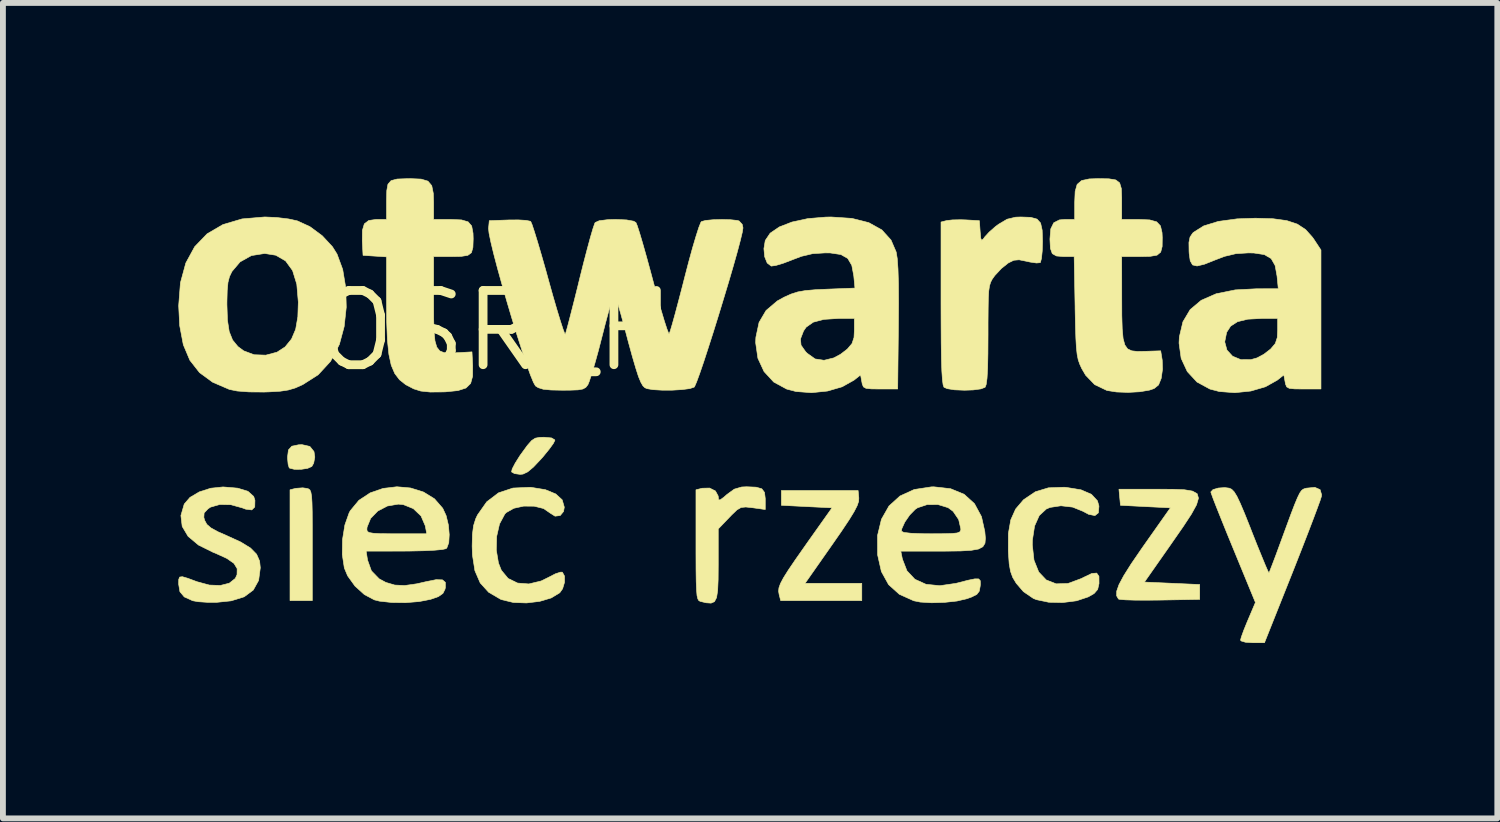
<source format=kicad_pcb>
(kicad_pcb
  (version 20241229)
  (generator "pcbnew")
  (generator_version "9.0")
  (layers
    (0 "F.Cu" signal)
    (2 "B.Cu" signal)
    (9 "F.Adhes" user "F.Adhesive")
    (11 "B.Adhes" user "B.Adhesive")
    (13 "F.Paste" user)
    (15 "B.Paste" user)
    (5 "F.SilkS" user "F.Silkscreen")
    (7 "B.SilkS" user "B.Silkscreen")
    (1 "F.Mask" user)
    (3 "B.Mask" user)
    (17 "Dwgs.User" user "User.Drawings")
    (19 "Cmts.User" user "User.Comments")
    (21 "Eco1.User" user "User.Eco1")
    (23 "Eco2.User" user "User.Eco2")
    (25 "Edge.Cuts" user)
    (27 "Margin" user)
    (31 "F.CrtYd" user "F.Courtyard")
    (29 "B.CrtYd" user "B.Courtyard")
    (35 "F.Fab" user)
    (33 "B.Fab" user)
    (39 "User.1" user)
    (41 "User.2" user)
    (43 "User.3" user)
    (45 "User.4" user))
  (footprint "OSR_H"
    (layer "F.Cu")
    (at 9.924 4.358)
    (property "Reference" "OSR_H" (at -4.5 -1.75 0) (layer "F.SilkS") (effects (font (size 1.27 1.27) (thickness 0.15))))
    (attr through_hole)
    (fp_poly (pts (xy -7.727 0.945) (xy -7.696 0.954) (xy -7.673 0.973) (xy -7.657 1.011) (xy -7.645 1.079) (xy -7.638 1.188) (xy -7.634 1.348) (xy -7.633 1.569) (xy -7.633 1.863) (xy -7.633 1.917) (xy -7.633 2.864) (xy -8.014 2.864) (xy -8.014 0.969) (xy -7.917 0.944) (xy -7.796 0.935) (xy -7.727 0.945)) (stroke (width 0.01) (type solid)) (fill yes) (layer "F.SilkS"))
    (fp_poly (pts (xy -7.675 0.227) (xy -7.604 0.315) (xy -7.59 0.409) (xy -7.609 0.512) (xy -7.641 0.57) (xy -7.713 0.602) (xy -7.826 0.619) (xy -7.942 0.618) (xy -8.021 0.598) (xy -8.028 0.592) (xy -8.046 0.535) (xy -8.056 0.43) (xy -8.056 0.406) (xy -8.041 0.287) (xy -7.983 0.223) (xy -7.867 0.199) (xy -7.807 0.197) (xy -7.675 0.227)) (stroke (width 0.01) (type solid)) (fill yes) (layer "F.SilkS"))
    (fp_poly (pts (xy -3.54 0.082) (xy -3.486 0.115) (xy -3.484 0.123) (xy -3.511 0.177) (xy -3.582 0.275) (xy -3.683 0.399) (xy -3.72 0.441) (xy -3.851 0.58) (xy -3.949 0.662) (xy -4.029 0.7) (xy -4.078 0.705) (xy -4.174 0.692) (xy -4.225 0.663) (xy -4.214 0.612) (xy -4.162 0.512) (xy -4.08 0.382) (xy -4.054 0.346) (xy -3.954 0.209) (xy -3.882 0.127) (xy -3.819 0.086) (xy -3.744 0.072) (xy -3.671 0.07) (xy -3.54 0.082)) (stroke (width 0.01) (type solid)) (fill yes) (layer "F.SilkS"))
    (fp_poly (pts (xy 1.714 1.109) (xy 1.711 1.167) (xy 1.685 1.242) (xy 1.632 1.345) (xy 1.546 1.485) (xy 1.42 1.674) (xy 1.261 1.903) (xy 0.795 2.568) (xy 1.765 2.568) (xy 1.765 2.864) (xy 0.378 2.864) (xy 0.351 2.758) (xy 0.342 2.703) (xy 0.348 2.645) (xy 0.374 2.572) (xy 0.425 2.475) (xy 0.508 2.343) (xy 0.628 2.166) (xy 0.79 1.935) (xy 0.851 1.848) (xy 1.256 1.277) (xy 0.823 1.256) (xy 0.39 1.234) (xy 0.39 0.981) (xy 1.702 0.981) (xy 1.714 1.109)) (stroke (width 0.01) (type solid)) (fill yes) (layer "F.SilkS"))
    (fp_poly (pts (xy 7.084 0.96) (xy 7.283 0.968) (xy 7.421 0.991) (xy 7.501 1.036) (xy 7.523 1.112) (xy 7.49 1.225) (xy 7.403 1.383) (xy 7.264 1.595) (xy 7.075 1.867) (xy 7.041 1.916) (xy 6.599 2.547) (xy 7.072 2.568) (xy 7.544 2.589) (xy 7.544 2.843) (xy 6.864 2.855) (xy 6.632 2.857) (xy 6.43 2.856) (xy 6.274 2.851) (xy 6.178 2.843) (xy 6.155 2.837) (xy 6.123 2.781) (xy 6.125 2.701) (xy 6.164 2.59) (xy 6.244 2.44) (xy 6.369 2.241) (xy 6.543 1.987) (xy 6.584 1.928) (xy 7.043 1.277) (xy 6.616 1.256) (xy 6.189 1.234) (xy 6.176 1.097) (xy 6.163 0.959) (xy 6.823 0.959) (xy 7.084 0.96)) (stroke (width 0.01) (type solid)) (fill yes) (layer "F.SilkS"))
    (fp_poly (pts (xy -0.042 0.924) (xy 0.055 0.952) (xy 0.101 1.013) (xy 0.114 1.118) (xy 0.114 1.137) (xy 0.114 1.306) (xy -0.1 1.276) (xy -0.219 1.263) (xy -0.299 1.271) (xy -0.37 1.312) (xy -0.46 1.398) (xy -0.503 1.443) (xy -0.69 1.638) (xy -0.69 2.247) (xy -0.692 2.506) (xy -0.7 2.691) (xy -0.719 2.813) (xy -0.755 2.882) (xy -0.813 2.907) (xy -0.898 2.901) (xy -0.997 2.877) (xy -1.021 2.865) (xy -1.039 2.835) (xy -1.053 2.778) (xy -1.061 2.682) (xy -1.067 2.537) (xy -1.07 2.333) (xy -1.071 2.06) (xy -1.071 1.913) (xy -1.071 0.969) (xy -0.964 0.942) (xy -0.838 0.939) (xy -0.738 0.989) (xy -0.691 1.076) (xy -0.69 1.092) (xy -0.684 1.14) (xy -0.656 1.141) (xy -0.59 1.092) (xy -0.54 1.048) (xy -0.416 0.958) (xy -0.29 0.921) (xy -0.205 0.917) (xy -0.042 0.924)) (stroke (width 0.01) (type solid)) (fill yes) (layer "F.SilkS"))
    (fp_poly (pts (xy -3.885 0.928) (xy -3.646 0.967) (xy -3.469 1.04) (xy -3.359 1.141) (xy -3.323 1.266) (xy -3.336 1.34) (xy -3.393 1.409) (xy -3.481 1.42) (xy -3.563 1.368) (xy -3.678 1.289) (xy -3.839 1.249) (xy -4.018 1.248) (xy -4.187 1.285) (xy -4.317 1.359) (xy -4.341 1.385) (xy -4.431 1.553) (xy -4.48 1.767) (xy -4.486 2) (xy -4.449 2.221) (xy -4.4 2.345) (xy -4.284 2.485) (xy -4.122 2.564) (xy -3.929 2.579) (xy -3.718 2.528) (xy -3.592 2.466) (xy -3.476 2.406) (xy -3.387 2.377) (xy -3.356 2.378) (xy -3.319 2.445) (xy -3.319 2.55) (xy -3.352 2.661) (xy -3.4 2.729) (xy -3.546 2.818) (xy -3.744 2.877) (xy -3.969 2.904) (xy -4.194 2.896) (xy -4.39 2.849) (xy -4.414 2.84) (xy -4.617 2.721) (xy -4.761 2.562) (xy -4.852 2.352) (xy -4.894 2.083) (xy -4.899 1.933) (xy -4.894 1.729) (xy -4.875 1.582) (xy -4.838 1.464) (xy -4.807 1.399) (xy -4.649 1.174) (xy -4.448 1.021) (xy -4.201 0.939) (xy -3.906 0.926) (xy -3.885 0.928)) (stroke (width 0.01) (type solid)) (fill yes) (layer "F.SilkS"))
    (fp_poly (pts (xy 5.262 0.928) (xy 5.514 0.969) (xy 5.692 1.046) (xy 5.795 1.157) (xy 5.821 1.247) (xy 5.811 1.363) (xy 5.752 1.41) (xy 5.644 1.388) (xy 5.549 1.337) (xy 5.371 1.265) (xy 5.171 1.242) (xy 4.985 1.27) (xy 4.921 1.297) (xy 4.8 1.409) (xy 4.72 1.588) (xy 4.683 1.828) (xy 4.681 1.91) (xy 4.71 2.173) (xy 4.791 2.375) (xy 4.92 2.511) (xy 5.089 2.577) (xy 5.291 2.571) (xy 5.521 2.486) (xy 5.558 2.467) (xy 5.698 2.4) (xy 5.782 2.393) (xy 5.821 2.448) (xy 5.822 2.57) (xy 5.822 2.573) (xy 5.799 2.673) (xy 5.738 2.743) (xy 5.639 2.8) (xy 5.438 2.867) (xy 5.201 2.897) (xy 4.962 2.892) (xy 4.753 2.848) (xy 4.7 2.827) (xy 4.53 2.711) (xy 4.406 2.567) (xy 4.346 2.467) (xy 4.309 2.365) (xy 4.286 2.236) (xy 4.273 2.053) (xy 4.271 2.012) (xy 4.272 1.716) (xy 4.313 1.483) (xy 4.396 1.298) (xy 4.526 1.145) (xy 4.537 1.135) (xy 4.733 1.003) (xy 4.956 0.935) (xy 5.225 0.925) (xy 5.262 0.928)) (stroke (width 0.01) (type solid)) (fill yes) (layer "F.SilkS"))
    (fp_poly (pts (xy 9.603 0.966) (xy 9.629 1.053) (xy 9.626 1.081) (xy 9.605 1.148) (xy 9.556 1.282) (xy 9.484 1.474) (xy 9.393 1.712) (xy 9.287 1.985) (xy 9.17 2.283) (xy 9.128 2.389) (xy 8.652 3.584) (xy 8.447 3.584) (xy 8.326 3.576) (xy 8.253 3.554) (xy 8.242 3.539) (xy 8.258 3.481) (xy 8.299 3.368) (xy 8.358 3.223) (xy 8.37 3.195) (xy 8.497 2.896) (xy 8.116 1.97) (xy 8.008 1.707) (xy 7.913 1.471) (xy 7.833 1.271) (xy 7.774 1.12) (xy 7.741 1.028) (xy 7.734 1.006) (xy 7.771 0.966) (xy 7.861 0.939) (xy 7.973 0.931) (xy 8.05 0.941) (xy 8.091 0.96) (xy 8.133 1.003) (xy 8.18 1.079) (xy 8.238 1.201) (xy 8.313 1.378) (xy 8.41 1.621) (xy 8.435 1.686) (xy 8.525 1.913) (xy 8.605 2.109) (xy 8.668 2.262) (xy 8.711 2.36) (xy 8.729 2.391) (xy 8.747 2.348) (xy 8.788 2.242) (xy 8.846 2.089) (xy 8.911 1.912) (xy 9.02 1.615) (xy 9.104 1.387) (xy 9.168 1.22) (xy 9.217 1.103) (xy 9.254 1.027) (xy 9.285 0.982) (xy 9.314 0.959) (xy 9.345 0.947) (xy 9.369 0.941) (xy 9.513 0.927) (xy 9.603 0.966)) (stroke (width 0.01) (type solid)) (fill yes) (layer "F.SilkS"))
    (fp_poly (pts (xy -9.158 0.92) (xy -8.908 0.941) (xy -8.733 0.995) (xy -8.635 1.083) (xy -8.614 1.148) (xy -8.617 1.263) (xy -8.668 1.313) (xy -8.772 1.3) (xy -8.83 1.278) (xy -9.026 1.224) (xy -9.216 1.22) (xy -9.373 1.265) (xy -9.416 1.294) (xy -9.483 1.365) (xy -9.488 1.441) (xy -9.473 1.493) (xy -9.436 1.561) (xy -9.366 1.621) (xy -9.248 1.686) (xy -9.093 1.754) (xy -8.855 1.863) (xy -8.689 1.965) (xy -8.586 2.07) (xy -8.534 2.188) (xy -8.522 2.303) (xy -8.551 2.519) (xy -8.642 2.683) (xy -8.798 2.799) (xy -9.021 2.868) (xy -9.262 2.893) (xy -9.432 2.893) (xy -9.583 2.883) (xy -9.678 2.866) (xy -9.822 2.801) (xy -9.897 2.712) (xy -9.919 2.58) (xy -9.919 2.579) (xy -9.917 2.501) (xy -9.901 2.461) (xy -9.855 2.455) (xy -9.763 2.482) (xy -9.607 2.54) (xy -9.601 2.542) (xy -9.394 2.598) (xy -9.206 2.605) (xy -9.052 2.566) (xy -8.95 2.485) (xy -8.92 2.42) (xy -8.918 2.317) (xy -8.973 2.227) (xy -9.095 2.142) (xy -9.29 2.053) (xy -9.329 2.038) (xy -9.579 1.914) (xy -9.757 1.765) (xy -9.858 1.595) (xy -9.88 1.409) (xy -9.823 1.213) (xy -9.725 1.099) (xy -9.566 1.005) (xy -9.37 0.942) (xy -9.161 0.92) (xy -9.158 0.92)) (stroke (width 0.01) (type solid)) (fill yes) (layer "F.SilkS"))
    (fp_poly (pts (xy -5.772 -4.345) (xy -5.655 -4.31) (xy -5.59 -4.233) (xy -5.563 -4.099) (xy -5.558 -3.946) (xy -5.558 -3.655) (xy -5.263 -3.655) (xy -5.081 -3.647) (xy -4.968 -3.614) (xy -4.907 -3.543) (xy -4.884 -3.419) (xy -4.881 -3.323) (xy -4.886 -3.177) (xy -4.911 -3.087) (xy -4.973 -3.041) (xy -5.088 -3.023) (xy -5.245 -3.02) (xy -5.558 -3.02) (xy -5.558 -2.265) (xy -5.557 -1.965) (xy -5.551 -1.739) (xy -5.535 -1.578) (xy -5.504 -1.471) (xy -5.454 -1.407) (xy -5.38 -1.377) (xy -5.277 -1.37) (xy -5.149 -1.376) (xy -4.902 -1.39) (xy -4.89 -1.154) (xy -4.891 -0.974) (xy -4.925 -0.85) (xy -5.005 -0.772) (xy -5.142 -0.728) (xy -5.348 -0.707) (xy -5.393 -0.705) (xy -5.617 -0.703) (xy -5.778 -0.72) (xy -5.897 -0.757) (xy -6.034 -0.828) (xy -6.141 -0.913) (xy -6.223 -1.021) (xy -6.283 -1.162) (xy -6.323 -1.348) (xy -6.348 -1.588) (xy -6.36 -1.893) (xy -6.363 -2.221) (xy -6.363 -3.015) (xy -6.564 -3.028) (xy -6.765 -3.041) (xy -6.778 -3.288) (xy -6.776 -3.468) (xy -6.743 -3.579) (xy -6.668 -3.637) (xy -6.543 -3.655) (xy -6.527 -3.655) (xy -6.363 -3.655) (xy -6.363 -3.974) (xy -6.359 -4.148) (xy -6.339 -4.258) (xy -6.285 -4.319) (xy -6.182 -4.346) (xy -6.015 -4.352) (xy -5.956 -4.353) (xy -5.772 -4.345)) (stroke (width 0.01) (type solid)) (fill yes) (layer "F.SilkS"))
    (fp_poly (pts (xy 4.653 -3.691) (xy 4.762 -3.661) (xy 4.823 -3.593) (xy 4.85 -3.471) (xy 4.856 -3.281) (xy 4.856 -3.275) (xy 4.851 -3.115) (xy 4.838 -2.989) (xy 4.82 -2.921) (xy 4.816 -2.916) (xy 4.753 -2.91) (xy 4.643 -2.926) (xy 4.584 -2.939) (xy 4.455 -2.965) (xy 4.365 -2.957) (xy 4.275 -2.913) (xy 4.264 -2.906) (xy 4.153 -2.817) (xy 4.045 -2.701) (xy 4.03 -2.682) (xy 3.994 -2.631) (xy 3.968 -2.58) (xy 3.949 -2.518) (xy 3.936 -2.43) (xy 3.929 -2.305) (xy 3.926 -2.129) (xy 3.924 -1.89) (xy 3.924 -1.687) (xy 3.922 -1.361) (xy 3.917 -1.114) (xy 3.907 -0.939) (xy 3.892 -0.831) (xy 3.874 -0.785) (xy 3.803 -0.757) (xy 3.67 -0.739) (xy 3.522 -0.734) (xy 3.351 -0.741) (xy 3.226 -0.761) (xy 3.171 -0.785) (xy 3.156 -0.825) (xy 3.144 -0.915) (xy 3.134 -1.063) (xy 3.127 -1.272) (xy 3.123 -1.55) (xy 3.121 -1.902) (xy 3.12 -2.223) (xy 3.12 -3.611) (xy 3.218 -3.636) (xy 3.315 -3.647) (xy 3.458 -3.65) (xy 3.546 -3.647) (xy 3.776 -3.634) (xy 3.789 -3.448) (xy 3.799 -3.336) (xy 3.814 -3.298) (xy 3.843 -3.321) (xy 3.868 -3.356) (xy 3.942 -3.437) (xy 4.052 -3.534) (xy 4.105 -3.573) (xy 4.25 -3.659) (xy 4.397 -3.694) (xy 4.484 -3.697) (xy 4.653 -3.691)) (stroke (width 0.01) (type solid)) (fill yes) (layer "F.SilkS"))
    (fp_poly (pts (xy -8.241 -3.688) (xy -8.042 -3.664) (xy -7.89 -3.631) (xy -7.674 -3.532) (xy -7.464 -3.377) (xy -7.289 -3.189) (xy -7.21 -3.063) (xy -7.113 -2.8) (xy -7.061 -2.488) (xy -7.052 -2.154) (xy -7.088 -1.822) (xy -7.17 -1.518) (xy -7.171 -1.516) (xy -7.32 -1.229) (xy -7.532 -0.999) (xy -7.795 -0.831) (xy -7.922 -0.774) (xy -8.043 -0.738) (xy -8.182 -0.717) (xy -8.369 -0.706) (xy -8.458 -0.703) (xy -8.713 -0.705) (xy -8.92 -0.721) (xy -9.051 -0.748) (xy -9.337 -0.871) (xy -9.561 -1.035) (xy -9.727 -1.247) (xy -9.839 -1.513) (xy -9.901 -1.84) (xy -9.918 -2.176) (xy -9.917 -2.195) (xy -9.093 -2.195) (xy -9.084 -1.932) (xy -9.054 -1.737) (xy -8.996 -1.592) (xy -8.905 -1.481) (xy -8.805 -1.407) (xy -8.628 -1.341) (xy -8.428 -1.334) (xy -8.236 -1.385) (xy -8.098 -1.475) (xy -7.988 -1.61) (xy -7.917 -1.777) (xy -7.88 -1.991) (xy -7.872 -2.242) (xy -7.898 -2.547) (xy -7.97 -2.781) (xy -8.09 -2.946) (xy -8.258 -3.043) (xy -8.447 -3.073) (xy -8.675 -3.037) (xy -8.868 -2.929) (xy -9.007 -2.765) (xy -9.049 -2.678) (xy -9.075 -2.578) (xy -9.088 -2.441) (xy -9.093 -2.246) (xy -9.093 -2.195) (xy -9.917 -2.195) (xy -9.888 -2.572) (xy -9.796 -2.91) (xy -9.644 -3.189) (xy -9.432 -3.409) (xy -9.162 -3.567) (xy -8.834 -3.664) (xy -8.45 -3.697) (xy -8.437 -3.697) (xy -8.241 -3.688)) (stroke (width 0.01) (type solid)) (fill yes) (layer "F.SilkS"))
    (fp_poly (pts (xy -5.951 0.938) (xy -5.731 1.007) (xy -5.543 1.123) (xy -5.402 1.285) (xy -5.344 1.411) (xy -5.305 1.573) (xy -5.291 1.736) (xy -5.299 1.874) (xy -5.332 1.963) (xy -5.347 1.976) (xy -5.41 1.99) (xy -5.541 2.002) (xy -5.724 2.011) (xy -5.942 2.016) (xy -6.061 2.017) (xy -6.712 2.018) (xy -6.688 2.171) (xy -6.622 2.355) (xy -6.49 2.491) (xy -6.375 2.553) (xy -6.223 2.598) (xy -6.053 2.606) (xy -5.842 2.576) (xy -5.695 2.542) (xy -5.517 2.506) (xy -5.407 2.509) (xy -5.357 2.552) (xy -5.357 2.641) (xy -5.363 2.669) (xy -5.399 2.741) (xy -5.476 2.795) (xy -5.609 2.842) (xy -5.804 2.88) (xy -6.038 2.899) (xy -6.276 2.896) (xy -6.485 2.873) (xy -6.572 2.851) (xy -6.742 2.761) (xy -6.903 2.615) (xy -7.029 2.44) (xy -7.085 2.306) (xy -7.12 2.075) (xy -7.116 1.819) (xy -7.088 1.647) (xy -6.7 1.647) (xy -6.693 1.679) (xy -6.661 1.7) (xy -6.591 1.712) (xy -6.469 1.719) (xy -6.281 1.721) (xy -6.188 1.721) (xy -5.675 1.721) (xy -5.701 1.584) (xy -5.773 1.417) (xy -5.905 1.291) (xy -6.077 1.222) (xy -6.162 1.214) (xy -6.349 1.246) (xy -6.513 1.332) (xy -6.635 1.458) (xy -6.696 1.607) (xy -6.7 1.647) (xy -7.088 1.647) (xy -7.076 1.571) (xy -7.003 1.364) (xy -6.984 1.328) (xy -6.836 1.149) (xy -6.644 1.022) (xy -6.422 0.945) (xy -6.186 0.917) (xy -5.951 0.938)) (stroke (width 0.01) (type solid)) (fill yes) (layer "F.SilkS"))
    (fp_poly (pts (xy 5.991 -4.35) (xy 6.11 -4.33) (xy 6.175 -4.28) (xy 6.204 -4.183) (xy 6.21 -4.025) (xy 6.21 -3.974) (xy 6.21 -3.655) (xy 6.501 -3.655) (xy 6.689 -3.647) (xy 6.808 -3.614) (xy 6.873 -3.545) (xy 6.9 -3.429) (xy 6.904 -3.346) (xy 6.902 -3.192) (xy 6.877 -3.096) (xy 6.814 -3.044) (xy 6.697 -3.024) (xy 6.529 -3.02) (xy 6.21 -3.02) (xy 6.211 -2.311) (xy 6.212 -2.009) (xy 6.219 -1.781) (xy 6.234 -1.618) (xy 6.264 -1.508) (xy 6.311 -1.441) (xy 6.381 -1.408) (xy 6.478 -1.397) (xy 6.599 -1.399) (xy 6.877 -1.408) (xy 6.903 -1.249) (xy 6.908 -1.094) (xy 6.886 -0.939) (xy 6.885 -0.935) (xy 6.84 -0.824) (xy 6.764 -0.763) (xy 6.685 -0.736) (xy 6.521 -0.708) (xy 6.321 -0.697) (xy 6.122 -0.704) (xy 5.964 -0.729) (xy 5.953 -0.732) (xy 5.748 -0.83) (xy 5.593 -0.991) (xy 5.525 -1.108) (xy 5.492 -1.181) (xy 5.466 -1.256) (xy 5.448 -1.347) (xy 5.435 -1.466) (xy 5.426 -1.628) (xy 5.419 -1.846) (xy 5.413 -2.134) (xy 5.413 -2.163) (xy 5.397 -3.02) (xy 5.216 -3.02) (xy 5.094 -3.03) (xy 5.023 -3.07) (xy 4.991 -3.159) (xy 4.983 -3.314) (xy 4.983 -3.323) (xy 4.997 -3.494) (xy 5.048 -3.598) (xy 5.144 -3.647) (xy 5.238 -3.655) (xy 5.406 -3.655) (xy 5.406 -3.946) (xy 5.414 -4.134) (xy 5.448 -4.254) (xy 5.524 -4.32) (xy 5.655 -4.348) (xy 5.803 -4.353) (xy 5.991 -4.35)) (stroke (width 0.01) (type solid)) (fill yes) (layer "F.SilkS"))
    (fp_poly (pts (xy 3.283 0.95) (xy 3.516 1.046) (xy 3.692 1.206) (xy 3.812 1.428) (xy 3.869 1.683) (xy 3.879 1.798) (xy 3.872 1.883) (xy 3.835 1.943) (xy 3.761 1.982) (xy 3.636 2.004) (xy 3.452 2.015) (xy 3.198 2.018) (xy 3.085 2.018) (xy 2.432 2.018) (xy 2.459 2.153) (xy 2.537 2.354) (xy 2.673 2.499) (xy 2.863 2.585) (xy 3.099 2.609) (xy 3.375 2.569) (xy 3.395 2.564) (xy 3.581 2.516) (xy 3.699 2.492) (xy 3.764 2.493) (xy 3.791 2.523) (xy 3.793 2.582) (xy 3.79 2.616) (xy 3.774 2.703) (xy 3.732 2.758) (xy 3.642 2.803) (xy 3.564 2.831) (xy 3.394 2.871) (xy 3.182 2.894) (xy 2.961 2.901) (xy 2.764 2.889) (xy 2.654 2.867) (xy 2.407 2.756) (xy 2.223 2.59) (xy 2.1 2.367) (xy 2.036 2.084) (xy 2.035 2.072) (xy 2.034 1.75) (xy 2.052 1.677) (xy 2.443 1.677) (xy 2.484 1.698) (xy 2.605 1.712) (xy 2.801 1.72) (xy 2.951 1.721) (xy 3.165 1.72) (xy 3.309 1.716) (xy 3.396 1.707) (xy 3.441 1.689) (xy 3.457 1.661) (xy 3.459 1.639) (xy 3.422 1.478) (xy 3.327 1.338) (xy 3.241 1.274) (xy 3.067 1.221) (xy 2.882 1.222) (xy 2.719 1.276) (xy 2.68 1.302) (xy 2.584 1.4) (xy 2.5 1.522) (xy 2.449 1.635) (xy 2.443 1.677) (xy 2.052 1.677) (xy 2.101 1.473) (xy 2.23 1.246) (xy 2.418 1.075) (xy 2.661 0.964) (xy 2.954 0.919) (xy 2.997 0.918) (xy 3.283 0.95)) (stroke (width 0.01) (type solid)) (fill yes) (layer "F.SilkS"))
    (fp_poly (pts (xy 8.799 -3.667) (xy 9.033 -3.635) (xy 9.214 -3.575) (xy 9.356 -3.481) (xy 9.473 -3.35) (xy 9.499 -3.313) (xy 9.618 -3.132) (xy 9.618 -0.755) (xy 9.322 -0.755) (xy 9.167 -0.757) (xy 9.077 -0.766) (xy 9.032 -0.791) (xy 9.012 -0.839) (xy 9.005 -0.876) (xy 8.983 -0.996) (xy 8.87 -0.906) (xy 8.668 -0.793) (xy 8.417 -0.72) (xy 8.145 -0.692) (xy 7.879 -0.712) (xy 7.719 -0.754) (xy 7.498 -0.874) (xy 7.332 -1.053) (xy 7.227 -1.279) (xy 7.191 -1.539) (xy 7.192 -1.561) (xy 7.972 -1.561) (xy 8.01 -1.421) (xy 8.106 -1.316) (xy 8.246 -1.258) (xy 8.418 -1.257) (xy 8.525 -1.287) (xy 8.639 -1.348) (xy 8.754 -1.436) (xy 8.761 -1.443) (xy 8.837 -1.533) (xy 8.871 -1.636) (xy 8.877 -1.758) (xy 8.877 -1.962) (xy 8.608 -1.962) (xy 8.365 -1.949) (xy 8.19 -1.906) (xy 8.073 -1.83) (xy 8.005 -1.725) (xy 7.972 -1.561) (xy 7.192 -1.561) (xy 7.196 -1.645) (xy 7.257 -1.904) (xy 7.381 -2.113) (xy 7.57 -2.272) (xy 7.826 -2.384) (xy 8.151 -2.45) (xy 8.512 -2.469) (xy 8.888 -2.47) (xy 8.867 -2.685) (xy 8.834 -2.867) (xy 8.766 -2.986) (xy 8.649 -3.054) (xy 8.471 -3.081) (xy 8.378 -3.083) (xy 8.164 -3.07) (xy 7.97 -3.024) (xy 7.81 -2.963) (xy 7.624 -2.889) (xy 7.499 -2.859) (xy 7.422 -2.877) (xy 7.382 -2.947) (xy 7.364 -3.074) (xy 7.362 -3.112) (xy 7.36 -3.261) (xy 7.379 -3.354) (xy 7.424 -3.421) (xy 7.439 -3.435) (xy 7.612 -3.544) (xy 7.861 -3.621) (xy 8.183 -3.665) (xy 8.496 -3.676) (xy 8.799 -3.667)) (stroke (width 0.01) (type solid)) (fill yes) (layer "F.SilkS"))
    (fp_poly (pts (xy 1.596 -3.673) (xy 1.885 -3.6) (xy 2.108 -3.476) (xy 2.265 -3.302) (xy 2.353 -3.098) (xy 2.371 -2.988) (xy 2.384 -2.808) (xy 2.392 -2.555) (xy 2.394 -2.225) (xy 2.391 -1.835) (xy 2.379 -0.755) (xy 2.083 -0.755) (xy 1.928 -0.757) (xy 1.838 -0.766) (xy 1.793 -0.791) (xy 1.773 -0.839) (xy 1.766 -0.876) (xy 1.744 -0.996) (xy 1.631 -0.906) (xy 1.429 -0.793) (xy 1.178 -0.72) (xy 0.906 -0.692) (xy 0.64 -0.712) (xy 0.48 -0.754) (xy 0.259 -0.874) (xy 0.093 -1.054) (xy -0.012 -1.281) (xy -0.05 -1.545) (xy -0.048 -1.611) (xy 0.716 -1.611) (xy 0.726 -1.504) (xy 0.804 -1.393) (xy 0.831 -1.366) (xy 0.967 -1.269) (xy 1.119 -1.246) (xy 1.286 -1.287) (xy 1.4 -1.348) (xy 1.515 -1.436) (xy 1.522 -1.443) (xy 1.598 -1.533) (xy 1.632 -1.636) (xy 1.638 -1.758) (xy 1.638 -1.962) (xy 1.369 -1.962) (xy 1.117 -1.946) (xy 0.935 -1.898) (xy 0.814 -1.813) (xy 0.769 -1.748) (xy 0.716 -1.611) (xy -0.048 -1.611) (xy -0.046 -1.641) (xy 0.008 -1.894) (xy 0.128 -2.098) (xy 0.32 -2.261) (xy 0.436 -2.325) (xy 0.556 -2.379) (xy 0.669 -2.415) (xy 0.799 -2.438) (xy 0.97 -2.453) (xy 1.163 -2.462) (xy 1.648 -2.481) (xy 1.628 -2.69) (xy 1.594 -2.87) (xy 1.525 -2.988) (xy 1.407 -3.055) (xy 1.226 -3.082) (xy 1.139 -3.083) (xy 0.925 -3.07) (xy 0.731 -3.024) (xy 0.571 -2.963) (xy 0.422 -2.906) (xy 0.295 -2.868) (xy 0.217 -2.857) (xy 0.215 -2.858) (xy 0.147 -2.91) (xy 0.104 -3.017) (xy 0.091 -3.155) (xy 0.114 -3.295) (xy 0.114 -3.295) (xy 0.198 -3.42) (xy 0.355 -3.527) (xy 0.572 -3.611) (xy 0.841 -3.669) (xy 1.148 -3.695) (xy 1.239 -3.697) (xy 1.596 -3.673)) (stroke (width 0.01) (type solid)) (fill yes) (layer "F.SilkS"))
    (fp_poly (pts (xy -2.259 -3.647) (xy -2.137 -3.625) (xy -2.098 -3.602) (xy -2.075 -3.547) (xy -2.035 -3.423) (xy -1.981 -3.241) (xy -1.917 -3.015) (xy -1.846 -2.755) (xy -1.807 -2.609) (xy -1.735 -2.343) (xy -1.669 -2.109) (xy -1.612 -1.918) (xy -1.567 -1.78) (xy -1.538 -1.707) (xy -1.53 -1.699) (xy -1.511 -1.747) (xy -1.476 -1.865) (xy -1.427 -2.041) (xy -1.368 -2.263) (xy -1.301 -2.519) (xy -1.266 -2.657) (xy -1.196 -2.926) (xy -1.13 -3.167) (xy -1.07 -3.369) (xy -1.022 -3.519) (xy -0.988 -3.604) (xy -0.977 -3.619) (xy -0.905 -3.638) (xy -0.778 -3.65) (xy -0.626 -3.654) (xy -0.479 -3.65) (xy -0.366 -3.638) (xy -0.334 -3.629) (xy -0.28 -3.571) (xy -0.267 -3.511) (xy -0.279 -3.435) (xy -0.313 -3.293) (xy -0.365 -3.097) (xy -0.432 -2.86) (xy -0.51 -2.593) (xy -0.596 -2.308) (xy -0.685 -2.016) (xy -0.774 -1.73) (xy -0.86 -1.462) (xy -0.938 -1.222) (xy -1.006 -1.024) (xy -1.059 -0.879) (xy -1.094 -0.798) (xy -1.102 -0.787) (xy -1.177 -0.762) (xy -1.311 -0.745) (xy -1.477 -0.735) (xy -1.651 -0.735) (xy -1.806 -0.744) (xy -1.907 -0.761) (xy -1.945 -0.777) (xy -1.979 -0.81) (xy -2.014 -0.871) (xy -2.054 -0.967) (xy -2.1 -1.11) (xy -2.158 -1.307) (xy -2.23 -1.569) (xy -2.303 -1.845) (xy -2.358 -2.045) (xy -2.407 -2.211) (xy -2.445 -2.329) (xy -2.467 -2.383) (xy -2.47 -2.385) (xy -2.487 -2.346) (xy -2.521 -2.238) (xy -2.567 -2.074) (xy -2.623 -1.866) (xy -2.677 -1.655) (xy -2.74 -1.411) (xy -2.801 -1.191) (xy -2.855 -1.01) (xy -2.897 -0.883) (xy -2.919 -0.829) (xy -2.955 -0.783) (xy -3.005 -0.755) (xy -3.088 -0.74) (xy -3.224 -0.735) (xy -3.353 -0.734) (xy -3.551 -0.738) (xy -3.683 -0.751) (xy -3.769 -0.778) (xy -3.816 -0.808) (xy -3.85 -0.868) (xy -3.903 -0.997) (xy -3.97 -1.184) (xy -4.047 -1.416) (xy -4.132 -1.68) (xy -4.22 -1.965) (xy -4.307 -2.259) (xy -4.39 -2.548) (xy -4.466 -2.821) (xy -4.53 -3.065) (xy -4.579 -3.268) (xy -4.61 -3.419) (xy -4.619 -3.504) (xy -4.618 -3.505) (xy -4.606 -3.634) (xy -4.271 -3.646) (xy -4.108 -3.647) (xy -3.978 -3.639) (xy -3.904 -3.624) (xy -3.897 -3.619) (xy -3.875 -3.569) (xy -3.835 -3.448) (xy -3.78 -3.27) (xy -3.714 -3.046) (xy -3.64 -2.787) (xy -3.593 -2.616) (xy -3.518 -2.348) (xy -3.449 -2.111) (xy -3.39 -1.918) (xy -3.344 -1.777) (xy -3.315 -1.701) (xy -3.306 -1.691) (xy -3.29 -1.741) (xy -3.257 -1.862) (xy -3.211 -2.04) (xy -3.154 -2.263) (xy -3.09 -2.519) (xy -3.061 -2.639) (xy -2.994 -2.907) (xy -2.931 -3.148) (xy -2.876 -3.351) (xy -2.832 -3.501) (xy -2.802 -3.588) (xy -2.795 -3.602) (xy -2.726 -3.633) (xy -2.582 -3.651) (xy -2.447 -3.655) (xy -2.259 -3.647)) (stroke (width 0.01) (type solid)) (fill yes) (layer "F.SilkS")))
  (gr_rect
    (start -3 -3)
    (end 22.558 10.947)
    (stroke (width 0.1) (type default))
    (fill no)
    (layer "Edge.Cuts")))
</source>
